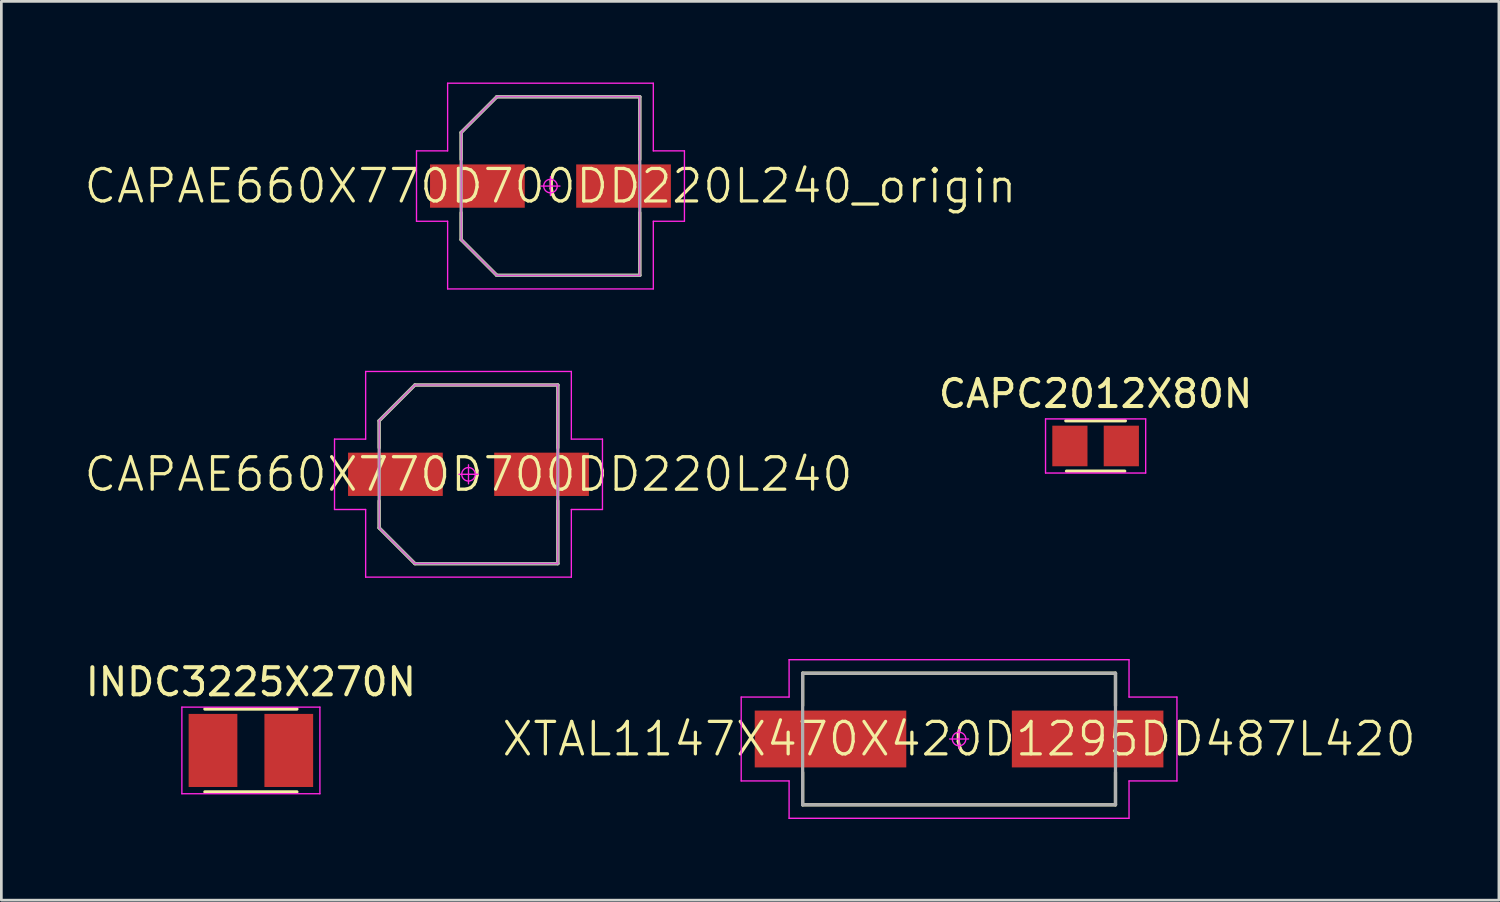
<source format=kicad_pcb>
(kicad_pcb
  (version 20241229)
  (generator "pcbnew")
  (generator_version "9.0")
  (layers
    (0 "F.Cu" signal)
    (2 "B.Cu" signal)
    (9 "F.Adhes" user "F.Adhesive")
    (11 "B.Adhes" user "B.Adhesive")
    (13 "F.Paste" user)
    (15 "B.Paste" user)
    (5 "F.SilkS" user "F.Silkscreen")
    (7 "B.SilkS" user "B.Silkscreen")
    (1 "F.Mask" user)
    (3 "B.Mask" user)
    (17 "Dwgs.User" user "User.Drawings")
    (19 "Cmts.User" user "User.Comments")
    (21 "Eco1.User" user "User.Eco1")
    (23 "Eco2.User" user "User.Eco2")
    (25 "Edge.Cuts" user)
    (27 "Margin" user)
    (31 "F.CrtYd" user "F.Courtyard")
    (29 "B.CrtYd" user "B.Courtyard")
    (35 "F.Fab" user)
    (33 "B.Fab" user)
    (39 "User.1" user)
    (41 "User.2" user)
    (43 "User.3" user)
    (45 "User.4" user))
  (footprint "CAPAE660X770D700DD220L240_origin"
    (layer "F.Cu")
    (at 17.289 3.825)
    (property "Reference" "CAPAE660X770D700DD220L240_origin" (at 0 0 0) (layer "F.SilkS") (effects (font (size 1.2 1.2) (thickness 0.12))))
    (attr smd)
    (fp_line (start -3.3 -1.98) (end -3.3 -0.98) (stroke (width 0.12) (type solid)) (layer "F.SilkS"))
    (fp_line (start -3.3 1.98) (end -3.3 0.98) (stroke (width 0.12) (type solid)) (layer "F.SilkS"))
    (fp_line (start -1.98 -3.3) (end -3.3 -1.98) (stroke (width 0.12) (type solid)) (layer "F.SilkS"))
    (fp_line (start -1.98 3.3) (end -3.3 1.98) (stroke (width 0.12) (type solid)) (layer "F.SilkS"))
    (fp_line (start 3.3 -3.3) (end -1.98 -3.3) (stroke (width 0.12) (type solid)) (layer "F.SilkS"))
    (fp_line (start 3.3 -0.98) (end 3.3 -3.3) (stroke (width 0.12) (type solid)) (layer "F.SilkS"))
    (fp_line (start 3.3 0.98) (end 3.3 3.3) (stroke (width 0.12) (type solid)) (layer "F.SilkS"))
    (fp_line (start 3.3 3.3) (end -1.98 3.3) (stroke (width 0.12) (type solid)) (layer "F.SilkS"))
    (fp_line (start -4.95 -1.3) (end -4.95 1.3) (stroke (width 0.05) (type solid)) (layer "F.CrtYd"))
    (fp_line (start -4.95 1.3) (end -3.8 1.3) (stroke (width 0.05) (type solid)) (layer "F.CrtYd"))
    (fp_line (start -3.8 -3.8) (end -3.8 -1.3) (stroke (width 0.05) (type solid)) (layer "F.CrtYd"))
    (fp_line (start -3.8 -1.3) (end -4.95 -1.3) (stroke (width 0.05) (type solid)) (layer "F.CrtYd"))
    (fp_line (start -3.8 1.3) (end -3.8 3.8) (stroke (width 0.05) (type solid)) (layer "F.CrtYd"))
    (fp_line (start -3.8 3.8) (end 3.8 3.8) (stroke (width 0.05) (type solid)) (layer "F.CrtYd"))
    (fp_line (start -3.3 -1.98) (end -1.98 -3.3) (stroke (width 0.025) (type solid)) (layer "F.CrtYd"))
    (fp_line (start -3.3 1.98) (end -3.3 -1.98) (stroke (width 0.025) (type solid)) (layer "F.CrtYd"))
    (fp_line (start -1.98 -3.3) (end 3.3 -3.3) (stroke (width 0.025) (type solid)) (layer "F.CrtYd"))
    (fp_line (start -1.98 3.3) (end -3.3 1.98) (stroke (width 0.025) (type solid)) (layer "F.CrtYd"))
    (fp_line (start 0 -0.35) (end 0 0.35) (stroke (width 0.05) (type solid)) (layer "F.CrtYd"))
    (fp_line (start 0.35 0) (end -0.35 0) (stroke (width 0.05) (type solid)) (layer "F.CrtYd"))
    (fp_line (start 3.3 -3.3) (end 3.3 3.3) (stroke (width 0.025) (type solid)) (layer "F.CrtYd"))
    (fp_line (start 3.3 3.3) (end -1.98 3.3) (stroke (width 0.025) (type solid)) (layer "F.CrtYd"))
    (fp_line (start 3.8 -3.8) (end -3.8 -3.8) (stroke (width 0.05) (type solid)) (layer "F.CrtYd"))
    (fp_line (start 3.8 -1.3) (end 3.8 -3.8) (stroke (width 0.05) (type solid)) (layer "F.CrtYd"))
    (fp_line (start 3.8 1.3) (end 4.95 1.3) (stroke (width 0.05) (type solid)) (layer "F.CrtYd"))
    (fp_line (start 3.8 3.8) (end 3.8 1.3) (stroke (width 0.05) (type solid)) (layer "F.CrtYd"))
    (fp_line (start 4.95 -1.3) (end 3.8 -1.3) (stroke (width 0.05) (type solid)) (layer "F.CrtYd"))
    (fp_line (start 4.95 1.3) (end 4.95 -1.3) (stroke (width 0.05) (type solid)) (layer "F.CrtYd"))
    (fp_circle (center 0 0) (end 0 0.25) (stroke (width 0.05) (type solid)) (fill no) (layer "F.CrtYd"))
    (fp_line (start -3.3 -1.98) (end -1.98 -3.3) (stroke (width 0.12) (type solid)) (layer "F.Fab"))
    (fp_line (start -3.3 1.98) (end -3.3 -1.98) (stroke (width 0.12) (type solid)) (layer "F.Fab"))
    (fp_line (start -1.98 -3.3) (end 3.3 -3.3) (stroke (width 0.12) (type solid)) (layer "F.Fab"))
    (fp_line (start -1.98 3.3) (end -3.3 1.98) (stroke (width 0.12) (type solid)) (layer "F.Fab"))
    (fp_line (start 3.3 -3.3) (end 3.3 3.3) (stroke (width 0.12) (type solid)) (layer "F.Fab"))
    (fp_line (start 3.3 3.3) (end -1.98 3.3) (stroke (width 0.12) (type solid)) (layer "F.Fab"))
    (pad "1" smd rect (at -2.7 0) (size 3.5 1.6) (layers "F.Cu" "F.Mask" "F.Paste"))
    (pad "2" smd rect (at 2.7 0) (size 3.5 1.6) (layers "F.Cu" "F.Mask" "F.Paste")))
  (footprint "XTAL1147X470X420D1295DD487L420"
    (layer "F.Cu")
    (at 32.386 24.255)
    (property "Reference" "XTAL1147X470X420D1295DD487L420" (at 0 0 0) (layer "F.SilkS") (effects (font (size 1.2 1.2) (thickness 0.12))))
    (attr smd)
    (fp_line (start -5.78 -2.43) (end -5.78 -1.23) (stroke (width 0.12) (type solid)) (layer "F.SilkS"))
    (fp_line (start -5.78 2.43) (end -5.78 1.23) (stroke (width 0.12) (type solid)) (layer "F.SilkS"))
    (fp_line (start 5.78 -2.43) (end -5.78 -2.43) (stroke (width 0.12) (type solid)) (layer "F.SilkS"))
    (fp_line (start 5.78 -1.23) (end 5.78 -2.43) (stroke (width 0.12) (type solid)) (layer "F.SilkS"))
    (fp_line (start 5.78 1.23) (end 5.78 2.43) (stroke (width 0.12) (type solid)) (layer "F.SilkS"))
    (fp_line (start 5.78 2.43) (end -5.78 2.43) (stroke (width 0.12) (type solid)) (layer "F.SilkS"))
    (fp_line (start -8.05 -1.55) (end -8.05 1.55) (stroke (width 0.05) (type solid)) (layer "F.CrtYd"))
    (fp_line (start -8.05 1.55) (end -6.28 1.55) (stroke (width 0.05) (type solid)) (layer "F.CrtYd"))
    (fp_line (start -6.28 -2.93) (end -6.28 -1.55) (stroke (width 0.05) (type solid)) (layer "F.CrtYd"))
    (fp_line (start -6.28 -1.55) (end -8.05 -1.55) (stroke (width 0.05) (type solid)) (layer "F.CrtYd"))
    (fp_line (start -6.28 1.55) (end -6.28 2.93) (stroke (width 0.05) (type solid)) (layer "F.CrtYd"))
    (fp_line (start -6.28 2.93) (end 6.28 2.93) (stroke (width 0.05) (type solid)) (layer "F.CrtYd"))
    (fp_line (start 0 -0.35) (end 0 0.35) (stroke (width 0.05) (type solid)) (layer "F.CrtYd"))
    (fp_line (start 0.35 0) (end -0.35 0) (stroke (width 0.05) (type solid)) (layer "F.CrtYd"))
    (fp_line (start 6.28 -2.93) (end -6.28 -2.93) (stroke (width 0.05) (type solid)) (layer "F.CrtYd"))
    (fp_line (start 6.28 -1.55) (end 6.28 -2.93) (stroke (width 0.05) (type solid)) (layer "F.CrtYd"))
    (fp_line (start 6.28 1.55) (end 8.05 1.55) (stroke (width 0.05) (type solid)) (layer "F.CrtYd"))
    (fp_line (start 6.28 2.93) (end 6.28 1.55) (stroke (width 0.05) (type solid)) (layer "F.CrtYd"))
    (fp_line (start 8.05 -1.55) (end 6.28 -1.55) (stroke (width 0.05) (type solid)) (layer "F.CrtYd"))
    (fp_line (start 8.05 1.55) (end 8.05 -1.55) (stroke (width 0.05) (type solid)) (layer "F.CrtYd"))
    (fp_circle (center 0 0) (end 0 0.25) (stroke (width 0.05) (type solid)) (fill no) (layer "F.CrtYd"))
    (fp_line (start -5.78 -2.43) (end 5.78 -2.43) (stroke (width 0.12) (type solid)) (layer "F.Fab"))
    (fp_line (start -5.78 2.43) (end -5.78 -2.43) (stroke (width 0.12) (type solid)) (layer "F.Fab"))
    (fp_line (start 5.78 -2.43) (end 5.78 2.43) (stroke (width 0.12) (type solid)) (layer "F.Fab"))
    (fp_line (start 5.78 2.43) (end -5.78 2.43) (stroke (width 0.12) (type solid)) (layer "F.Fab"))
    (pad "1" smd rect (at -4.75 0) (size 5.6 2.1) (layers "F.Cu" "F.Mask" "F.Paste"))
    (pad "2" smd rect (at 4.75 0) (size 5.6 2.1) (layers "F.Cu" "F.Mask" "F.Paste")))
  (footprint "INDC3225X270N"
    (layer "F.Cu")
    (at 6.22 24.678)
    (property "Reference" "INDC3225X270N" (at 0 -2.53 0) (layer "F.SilkS") (effects (font (size 1 1) (thickness 0.15))))
    (attr through_hole)
    (fp_line (start -1.7 -1.53) (end 1.7 -1.53) (stroke (width 0.12) (type solid)) (layer "F.SilkS"))
    (fp_line (start -1.7 1.53) (end 1.7 1.53) (stroke (width 0.12) (type solid)) (layer "F.SilkS"))
    (fp_line (start -2.55 -1.6) (end -2.55 1.6) (stroke (width 0.05) (type solid)) (layer "F.CrtYd"))
    (fp_line (start -2.55 -1.6) (end 2.55 -1.6) (stroke (width 0.05) (type solid)) (layer "F.CrtYd"))
    (fp_line (start -2.55 1.6) (end 2.55 1.6) (stroke (width 0.05) (type solid)) (layer "F.CrtYd"))
    (fp_line (start 2.55 -1.6) (end 2.55 1.6) (stroke (width 0.05) (type solid)) (layer "F.CrtYd"))
    (pad "1" smd rect (at -1.4 0) (size 1.8 2.7) (layers "F.Cu" "F.Mask" "F.Paste"))
    (pad "2" smd rect (at 1.4 0) (size 1.8 2.7) (layers "F.Cu" "F.Mask" "F.Paste")))
  (footprint "CAPAE660X770D700DD220L240"
    (layer "F.Cu")
    (at 14.26 14.475)
    (property "Reference" "CAPAE660X770D700DD220L240" (at 0 0 0) (layer "F.SilkS") (effects (font (size 1.2 1.2) (thickness 0.12))))
    (attr smd)
    (fp_line (start -3.3 -1.98) (end -3.3 -0.98) (stroke (width 0.12) (type solid)) (layer "F.SilkS"))
    (fp_line (start -3.3 1.98) (end -3.3 0.98) (stroke (width 0.12) (type solid)) (layer "F.SilkS"))
    (fp_line (start -1.98 -3.3) (end -3.3 -1.98) (stroke (width 0.12) (type solid)) (layer "F.SilkS"))
    (fp_line (start -1.98 3.3) (end -3.3 1.98) (stroke (width 0.12) (type solid)) (layer "F.SilkS"))
    (fp_line (start 3.3 -3.3) (end -1.98 -3.3) (stroke (width 0.12) (type solid)) (layer "F.SilkS"))
    (fp_line (start 3.3 -0.98) (end 3.3 -3.3) (stroke (width 0.12) (type solid)) (layer "F.SilkS"))
    (fp_line (start 3.3 0.98) (end 3.3 3.3) (stroke (width 0.12) (type solid)) (layer "F.SilkS"))
    (fp_line (start 3.3 3.3) (end -1.98 3.3) (stroke (width 0.12) (type solid)) (layer "F.SilkS"))
    (fp_line (start -4.95 -1.3) (end -4.95 1.3) (stroke (width 0.05) (type solid)) (layer "F.CrtYd"))
    (fp_line (start -4.95 1.3) (end -3.8 1.3) (stroke (width 0.05) (type solid)) (layer "F.CrtYd"))
    (fp_line (start -3.8 -3.8) (end -3.8 -1.3) (stroke (width 0.05) (type solid)) (layer "F.CrtYd"))
    (fp_line (start -3.8 -1.3) (end -4.95 -1.3) (stroke (width 0.05) (type solid)) (layer "F.CrtYd"))
    (fp_line (start -3.8 1.3) (end -3.8 3.8) (stroke (width 0.05) (type solid)) (layer "F.CrtYd"))
    (fp_line (start -3.8 3.8) (end 3.8 3.8) (stroke (width 0.05) (type solid)) (layer "F.CrtYd"))
    (fp_line (start -3.3 -1.98) (end -1.98 -3.3) (stroke (width 0.025) (type solid)) (layer "F.CrtYd"))
    (fp_line (start -3.3 1.98) (end -3.3 -1.98) (stroke (width 0.025) (type solid)) (layer "F.CrtYd"))
    (fp_line (start -1.98 -3.3) (end 3.3 -3.3) (stroke (width 0.025) (type solid)) (layer "F.CrtYd"))
    (fp_line (start -1.98 3.3) (end -3.3 1.98) (stroke (width 0.025) (type solid)) (layer "F.CrtYd"))
    (fp_line (start 0 -0.35) (end 0 0.35) (stroke (width 0.05) (type solid)) (layer "F.CrtYd"))
    (fp_line (start 0.35 0) (end -0.35 0) (stroke (width 0.05) (type solid)) (layer "F.CrtYd"))
    (fp_line (start 3.3 -3.3) (end 3.3 3.3) (stroke (width 0.025) (type solid)) (layer "F.CrtYd"))
    (fp_line (start 3.3 3.3) (end -1.98 3.3) (stroke (width 0.025) (type solid)) (layer "F.CrtYd"))
    (fp_line (start 3.8 -3.8) (end -3.8 -3.8) (stroke (width 0.05) (type solid)) (layer "F.CrtYd"))
    (fp_line (start 3.8 -1.3) (end 3.8 -3.8) (stroke (width 0.05) (type solid)) (layer "F.CrtYd"))
    (fp_line (start 3.8 1.3) (end 4.95 1.3) (stroke (width 0.05) (type solid)) (layer "F.CrtYd"))
    (fp_line (start 3.8 3.8) (end 3.8 1.3) (stroke (width 0.05) (type solid)) (layer "F.CrtYd"))
    (fp_line (start 4.95 -1.3) (end 3.8 -1.3) (stroke (width 0.05) (type solid)) (layer "F.CrtYd"))
    (fp_line (start 4.95 1.3) (end 4.95 -1.3) (stroke (width 0.05) (type solid)) (layer "F.CrtYd"))
    (fp_circle (center 0 0) (end 0 0.25) (stroke (width 0.05) (type solid)) (fill no) (layer "F.CrtYd"))
    (fp_line (start -3.3 -1.98) (end -1.98 -3.3) (stroke (width 0.12) (type solid)) (layer "F.Fab"))
    (fp_line (start -3.3 1.98) (end -3.3 -1.98) (stroke (width 0.12) (type solid)) (layer "F.Fab"))
    (fp_line (start -1.98 -3.3) (end 3.3 -3.3) (stroke (width 0.12) (type solid)) (layer "F.Fab"))
    (fp_line (start -1.98 3.3) (end -3.3 1.98) (stroke (width 0.12) (type solid)) (layer "F.Fab"))
    (fp_line (start 3.3 -3.3) (end 3.3 3.3) (stroke (width 0.12) (type solid)) (layer "F.Fab"))
    (fp_line (start 3.3 3.3) (end -1.98 3.3) (stroke (width 0.12) (type solid)) (layer "F.Fab"))
    (pad "1" smd rect (at -2.7 0) (size 3.5 1.6) (layers "F.Cu" "F.Mask" "F.Paste"))
    (pad "2" smd rect (at 2.7 0) (size 3.5 1.6) (layers "F.Cu" "F.Mask" "F.Paste")))
  (footprint "CAPC2012X80N"
    (layer "F.Cu")
    (at 37.431 13.428)
    (property "Reference" "CAPC2012X80N" (at 0 -1.93 0) (layer "F.SilkS") (effects (font (size 1 1) (thickness 0.15))))
    (attr through_hole)
    (fp_line (start 1.075 0.93) (end -1.075 0.93) (stroke (width 0.12) (type solid)) (layer "F.SilkS"))
    (fp_line (start 1.1 -0.93) (end -1.1 -0.93) (stroke (width 0.12) (type solid)) (layer "F.SilkS"))
    (fp_line (start -1.85 -1) (end -1.85 1) (stroke (width 0.05) (type solid)) (layer "F.CrtYd"))
    (fp_line (start -1.85 -1) (end 1.85 -1) (stroke (width 0.05) (type solid)) (layer "F.CrtYd"))
    (fp_line (start -1.85 1) (end 1.85 1) (stroke (width 0.05) (type solid)) (layer "F.CrtYd"))
    (fp_line (start 1.85 -1) (end 1.85 1) (stroke (width 0.05) (type solid)) (layer "F.CrtYd"))
    (pad "1" smd rect (at -0.95 0) (size 1.3 1.5) (layers "F.Cu" "F.Mask" "F.Paste"))
    (pad "2" smd rect (at 0.95 0) (size 1.3 1.5) (layers "F.Cu" "F.Mask" "F.Paste")))
  (gr_rect
    (start -3 -3)
    (end 52.332 30.21)
    (stroke (width 0.1) (type default))
    (fill no)
    (layer "Edge.Cuts")))
</source>
